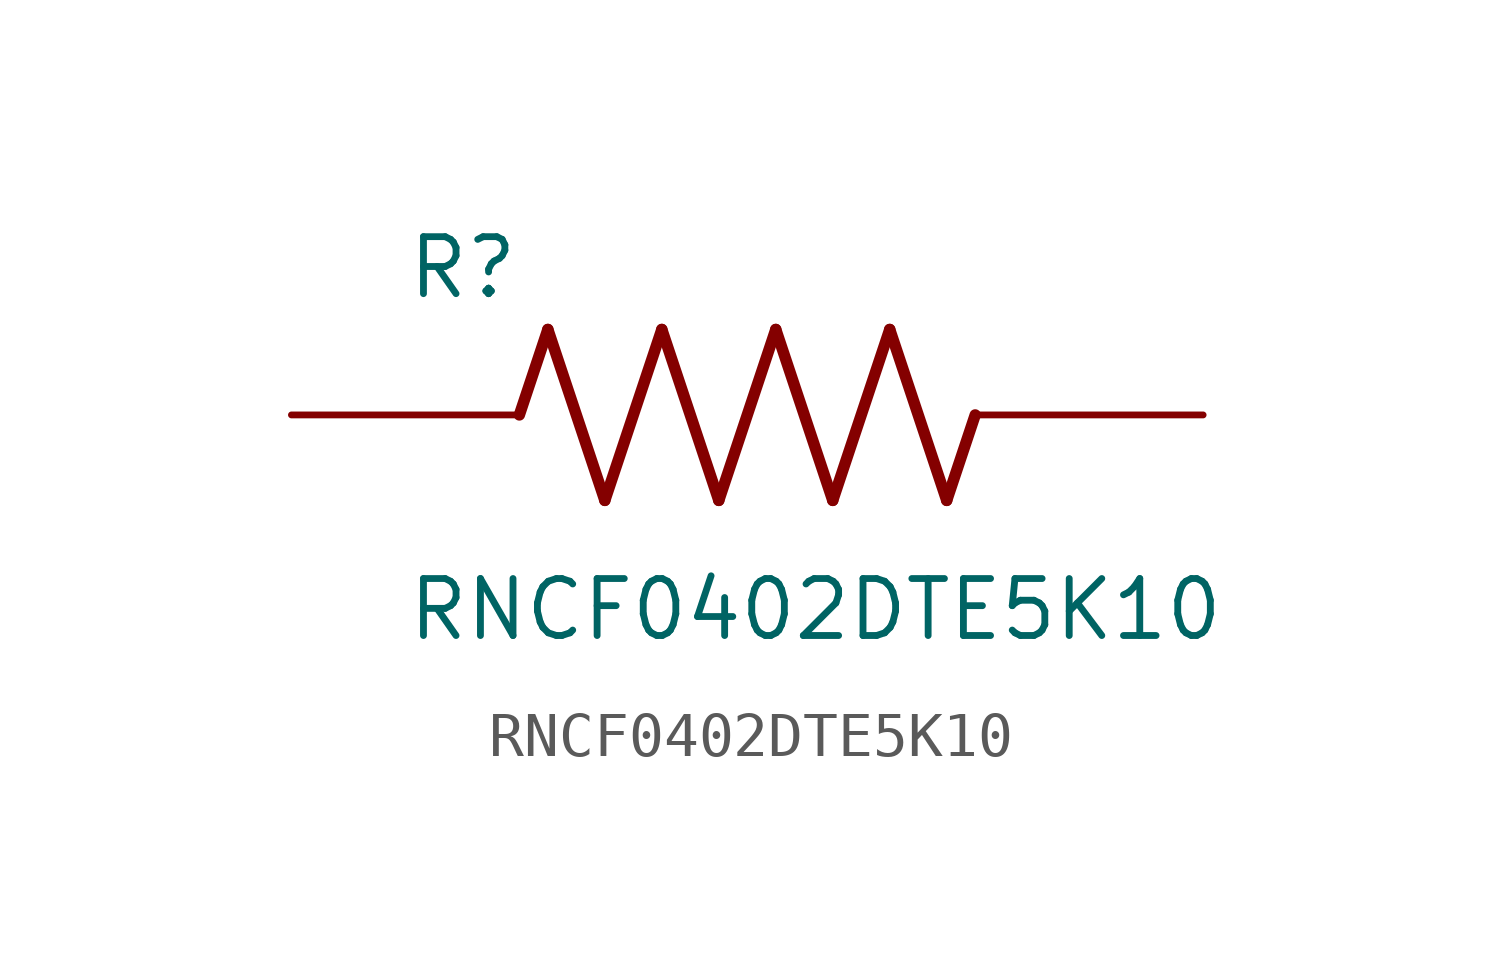
<source format=kicad_sym>
(kicad_symbol_lib
  (version 20220914)
  (generator kicad_symbol_editor)
  (symbol "RNCF0402DTE5K10"
    (pin_numbers hide)
    (pin_names
      (offset 1.016) hide)
    (property "Reference" "R"
      (at -7.62 2.54 0)
      (effects (font (size 1.27 1.27)) (justify left bottom)))
    (property "Value" "RNCF0402DTE5K10"
      (at -7.62 -5.08 0)
      (effects (font (size 1.27 1.27)) (justify left bottom)))
    (property "ki_locked" ""
      (at 0 0 0)
      (effects (font (size 1.27 1.27))))
    (symbol "RNCF0402DTE5K10_0_0"
      (polyline (pts (xy -5.08 0) (xy -4.445 1.905)) (stroke (width 0.254) (type solid)) (fill (type none)))
      (polyline (pts (xy -4.445 1.905) (xy -3.175 -1.905)) (stroke (width 0.254) (type solid)) (fill (type none)))
      (polyline (pts (xy -3.175 -1.905) (xy -1.905 1.905)) (stroke (width 0.254) (type solid)) (fill (type none)))
      (polyline (pts (xy -1.905 1.905) (xy -0.635 -1.905)) (stroke (width 0.254) (type solid)) (fill (type none)))
      (polyline (pts (xy -0.635 -1.905) (xy 0.635 1.905)) (stroke (width 0.254) (type solid)) (fill (type none)))
      (polyline (pts (xy 0.635 1.905) (xy 1.905 -1.905)) (stroke (width 0.254) (type solid)) (fill (type none)))
      (polyline (pts (xy 1.905 -1.905) (xy 3.175 1.905)) (stroke (width 0.254) (type solid)) (fill (type none)))
      (polyline (pts (xy 3.175 1.905) (xy 4.445 -1.905)) (stroke (width 0.254) (type solid)) (fill (type none)))
      (polyline (pts (xy 4.445 -1.905) (xy 5.08 0)) (stroke (width 0.254) (type solid)) (fill (type none)))
      (pin passive line (at -10.16 0 0) (length 5.08) (name "~" (effects (font (size 1.016 1.016)))) (number "1" (effects (font (size 1.016 1.016)))))
      (pin passive line (at 10.16 0 180) (length 5.08) (name "~" (effects (font (size 1.016 1.016)))) (number "2" (effects (font (size 1.016 1.016))))))))
</source>
